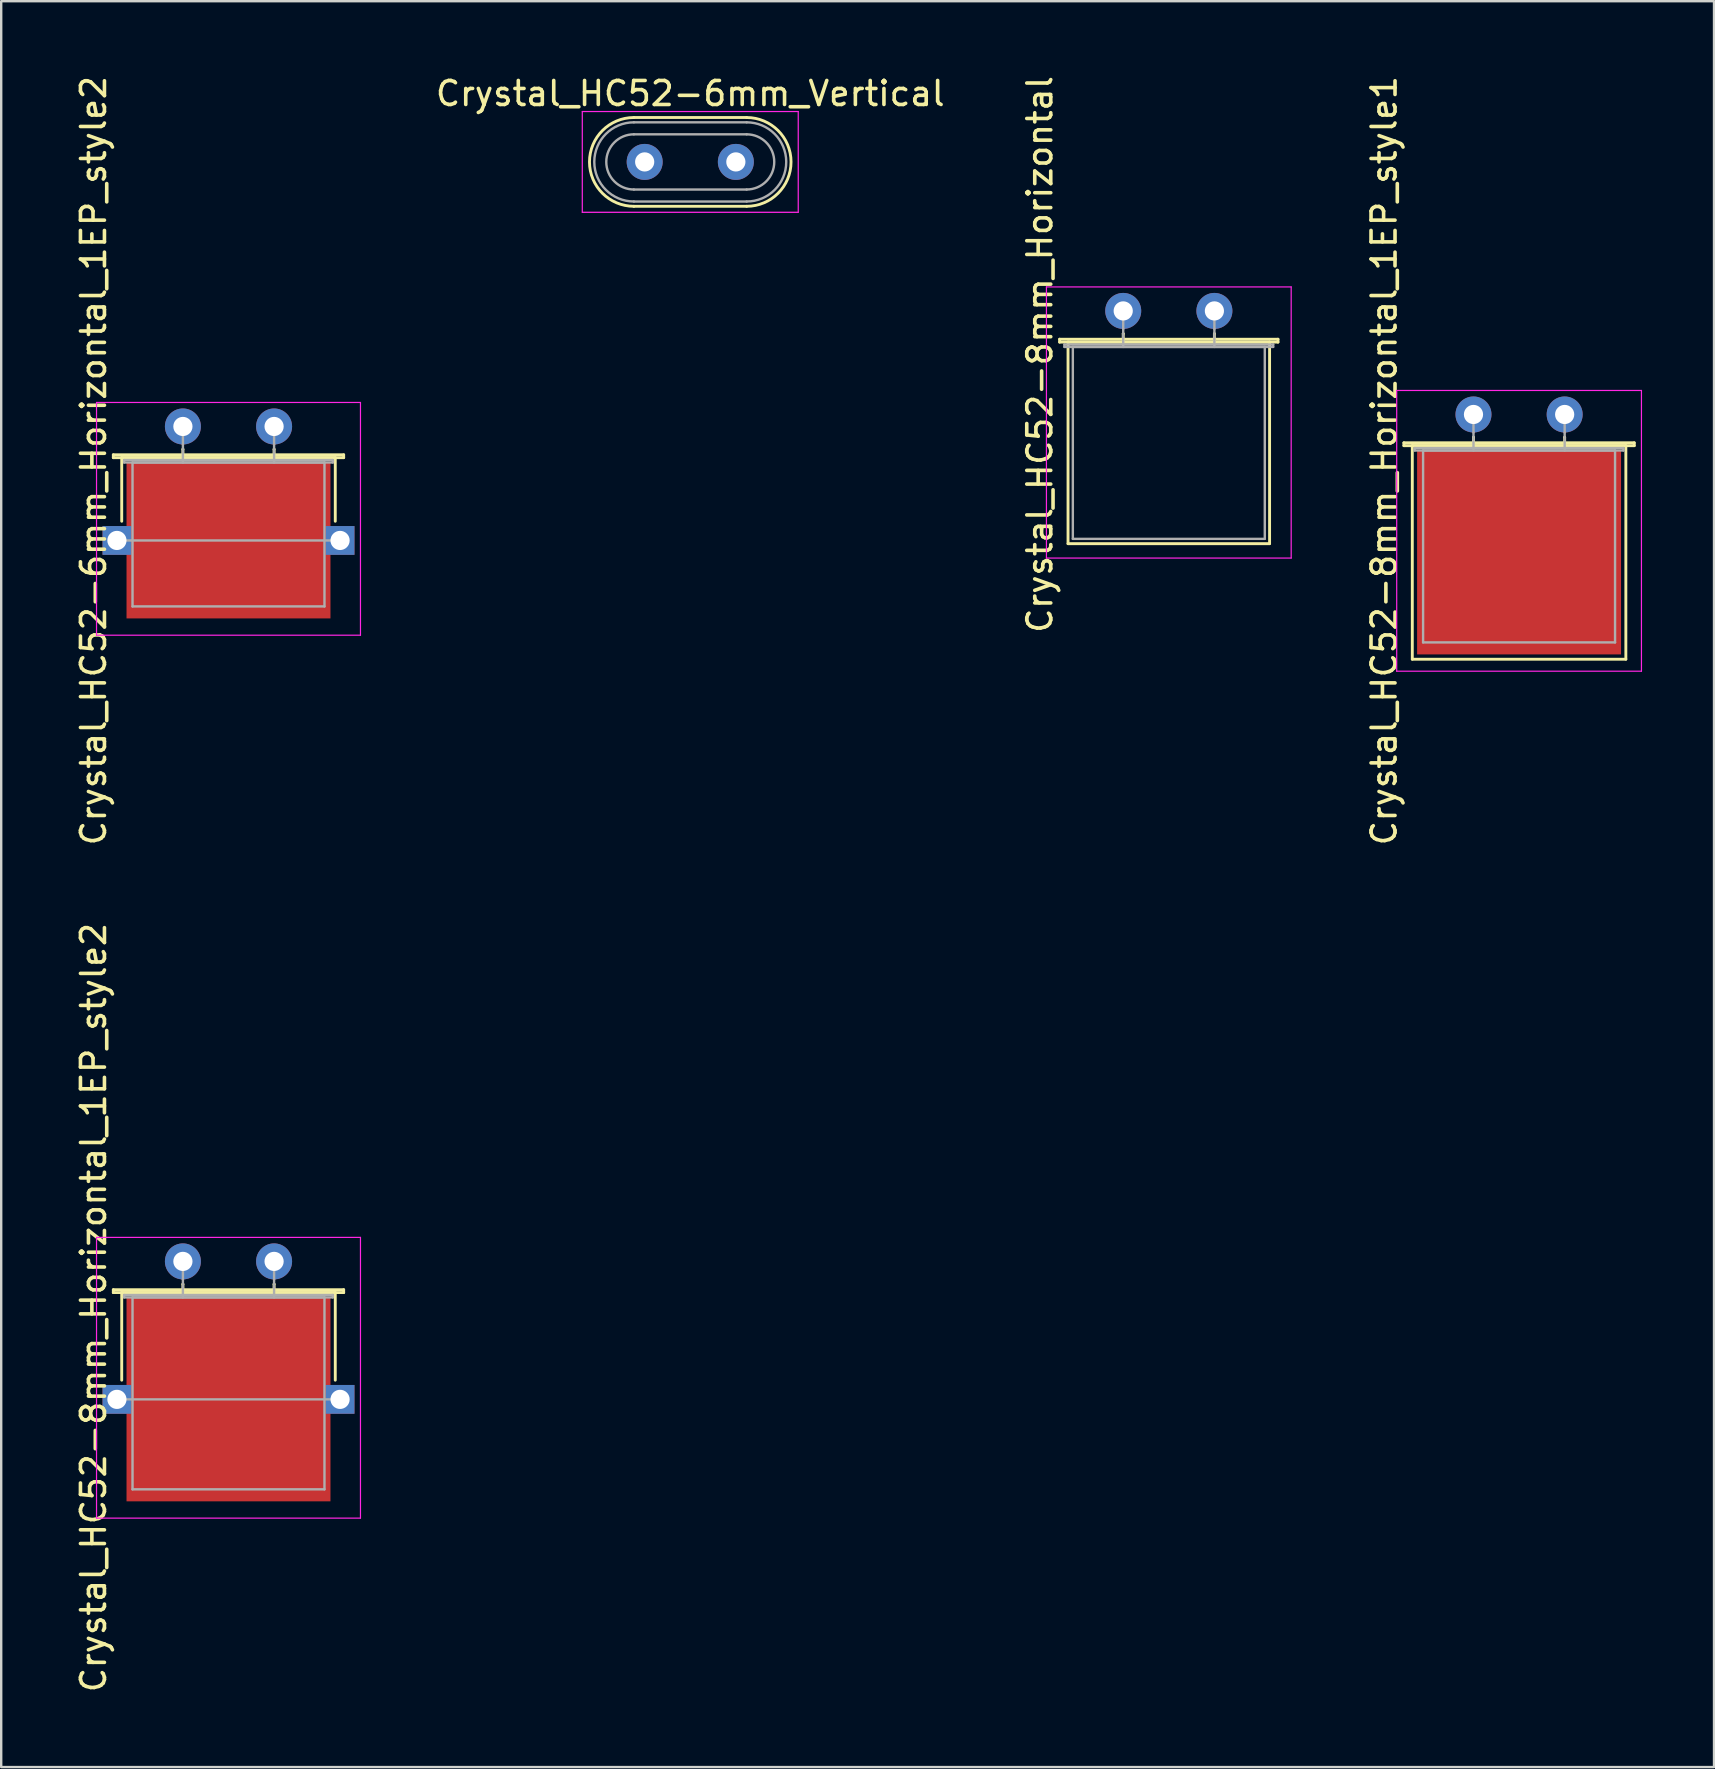
<source format=kicad_pcb>
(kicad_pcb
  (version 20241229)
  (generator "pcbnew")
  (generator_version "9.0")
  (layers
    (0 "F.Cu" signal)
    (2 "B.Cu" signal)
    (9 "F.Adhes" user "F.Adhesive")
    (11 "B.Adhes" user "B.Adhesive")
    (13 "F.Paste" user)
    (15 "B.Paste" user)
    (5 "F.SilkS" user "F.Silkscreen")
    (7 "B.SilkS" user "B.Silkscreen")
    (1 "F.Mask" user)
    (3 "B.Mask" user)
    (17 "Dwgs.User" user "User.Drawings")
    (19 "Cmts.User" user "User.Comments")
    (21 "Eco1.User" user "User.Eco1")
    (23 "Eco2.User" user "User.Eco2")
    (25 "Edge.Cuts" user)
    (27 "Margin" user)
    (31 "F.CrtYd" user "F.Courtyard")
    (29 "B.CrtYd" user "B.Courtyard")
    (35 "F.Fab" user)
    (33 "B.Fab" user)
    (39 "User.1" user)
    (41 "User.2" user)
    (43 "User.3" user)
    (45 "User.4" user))
  (footprint "Crystal_HC52-6mm_Vertical"
    (layer "F.Cu")
    (at 23.818 3.698)
    (property "Reference" "Crystal_HC52-6mm_Vertical" (at 1.9 -2.85 0) (layer "F.SilkS") (effects (font (size 1 1) (thickness 0.15))))
    (attr through_hole)
    (fp_line (start -0.45 -1.85) (end 4.25 -1.85) (stroke (width 0.12) (type solid)) (layer "F.SilkS"))
    (fp_line (start -0.45 1.85) (end 4.25 1.85) (stroke (width 0.12) (type solid)) (layer "F.SilkS"))
    (fp_arc (start -0.45 1.85) (mid -2.3 0) (end -0.45 -1.85) (stroke (width 0.12) (type solid)) (layer "F.SilkS"))
    (fp_arc (start 4.25 -1.85) (mid 6.1 0) (end 4.25 1.85) (stroke (width 0.12) (type solid)) (layer "F.SilkS"))
    (fp_line (start -2.6 -2.1) (end -2.6 2.1) (stroke (width 0.05) (type solid)) (layer "F.CrtYd"))
    (fp_line (start -2.6 2.1) (end 6.4 2.1) (stroke (width 0.05) (type solid)) (layer "F.CrtYd"))
    (fp_line (start 6.4 -2.1) (end -2.6 -2.1) (stroke (width 0.05) (type solid)) (layer "F.CrtYd"))
    (fp_line (start 6.4 2.1) (end 6.4 -2.1) (stroke (width 0.05) (type solid)) (layer "F.CrtYd"))
    (fp_line (start -0.45 -1.65) (end 4.25 -1.65) (stroke (width 0.1) (type solid)) (layer "F.Fab"))
    (fp_line (start -0.45 -1.15) (end 4.25 -1.15) (stroke (width 0.1) (type solid)) (layer "F.Fab"))
    (fp_line (start -0.45 1.15) (end 4.25 1.15) (stroke (width 0.1) (type solid)) (layer "F.Fab"))
    (fp_line (start -0.45 1.65) (end 4.25 1.65) (stroke (width 0.1) (type solid)) (layer "F.Fab"))
    (fp_arc (start -0.45 1.15) (mid -1.6 0) (end -0.45 -1.15) (stroke (width 0.1) (type solid)) (layer "F.Fab"))
    (fp_arc (start -0.45 1.65) (mid -2.1 0) (end -0.45 -1.65) (stroke (width 0.1) (type solid)) (layer "F.Fab"))
    (fp_arc (start 4.25 -1.65) (mid 5.9 0) (end 4.25 1.65) (stroke (width 0.1) (type solid)) (layer "F.Fab"))
    (fp_arc (start 4.25 -1.15) (mid 5.4 0) (end 4.25 1.15) (stroke (width 0.1) (type solid)) (layer "F.Fab"))
    (pad "1" thru_hole circle (at 0 0) (size 1.5 1.5) (drill 0.8) (layers "*.Cu" "*.Mask"))
    (pad "2" thru_hole circle (at 3.8 0) (size 1.5 1.5) (drill 0.8) (layers "*.Cu" "*.Mask")))
  (footprint "Crystal_HC52-6mm_Horizontal_1EP_style2"
    (layer "F.Cu")
    (at 4.573 14.724)
    (property "Reference" "Crystal_HC52-6mm_Horizontal_1EP_style2" (at -3.725 1.425 90) (layer "F.SilkS") (effects (font (size 1 1) (thickness 0.15))))
    (attr through_hole)
    (fp_line (start -2.9 1.18) (end 6.7 1.18) (stroke (width 0.12) (type solid)) (layer "F.SilkS"))
    (fp_line (start -2.9 1.3) (end -2.9 1.18) (stroke (width 0.12) (type solid)) (layer "F.SilkS"))
    (fp_line (start -2.55 1.3) (end 6.35 1.3) (stroke (width 0.12) (type solid)) (layer "F.SilkS"))
    (fp_line (start -2.55 3.95) (end -2.55 1.3) (stroke (width 0.12) (type solid)) (layer "F.SilkS"))
    (fp_line (start 0 0.95) (end 0 0.95) (stroke (width 0.12) (type solid)) (layer "F.SilkS"))
    (fp_line (start 0 1.3) (end 0 0.95) (stroke (width 0.12) (type solid)) (layer "F.SilkS"))
    (fp_line (start 3.8 0.95) (end 3.8 0.95) (stroke (width 0.12) (type solid)) (layer "F.SilkS"))
    (fp_line (start 3.8 1.3) (end 3.8 0.95) (stroke (width 0.12) (type solid)) (layer "F.SilkS"))
    (fp_line (start 6.35 1.3) (end 6.35 3.95) (stroke (width 0.12) (type solid)) (layer "F.SilkS"))
    (fp_line (start 6.7 1.18) (end 6.7 1.3) (stroke (width 0.12) (type solid)) (layer "F.SilkS"))
    (fp_line (start 6.7 1.3) (end -2.9 1.3) (stroke (width 0.12) (type solid)) (layer "F.SilkS"))
    (fp_line (start -3.6 -1) (end -3.6 8.7) (stroke (width 0.05) (type solid)) (layer "F.CrtYd"))
    (fp_line (start -3.6 8.7) (end 7.4 8.7) (stroke (width 0.05) (type solid)) (layer "F.CrtYd"))
    (fp_line (start 7.4 -1) (end -3.6 -1) (stroke (width 0.05) (type solid)) (layer "F.CrtYd"))
    (fp_line (start 7.4 8.7) (end 7.4 -1) (stroke (width 0.05) (type solid)) (layer "F.CrtYd"))
    (fp_line (start -2.75 4.75) (end 6.55 4.75) (stroke (width 0.1) (type solid)) (layer "F.Fab"))
    (fp_line (start -2.45 1.4) (end 6.25 1.4) (stroke (width 0.1) (type solid)) (layer "F.Fab"))
    (fp_line (start -2.45 1.5) (end -2.45 1.4) (stroke (width 0.1) (type solid)) (layer "F.Fab"))
    (fp_line (start -2.1 1.5) (end -2.1 7.5) (stroke (width 0.1) (type solid)) (layer "F.Fab"))
    (fp_line (start -2.1 7.5) (end 5.9 7.5) (stroke (width 0.1) (type solid)) (layer "F.Fab"))
    (fp_line (start 0 0.75) (end 0 0) (stroke (width 0.1) (type solid)) (layer "F.Fab"))
    (fp_line (start 0 1.5) (end 0 0.75) (stroke (width 0.1) (type solid)) (layer "F.Fab"))
    (fp_line (start 3.8 0.75) (end 3.8 0) (stroke (width 0.1) (type solid)) (layer "F.Fab"))
    (fp_line (start 3.8 1.5) (end 3.8 0.75) (stroke (width 0.1) (type solid)) (layer "F.Fab"))
    (fp_line (start 5.9 1.5) (end -2.1 1.5) (stroke (width 0.1) (type solid)) (layer "F.Fab"))
    (fp_line (start 5.9 7.5) (end 5.9 1.5) (stroke (width 0.1) (type solid)) (layer "F.Fab"))
    (fp_line (start 6.25 1.4) (end 6.25 1.5) (stroke (width 0.1) (type solid)) (layer "F.Fab"))
    (fp_line (start 6.25 1.5) (end -2.45 1.5) (stroke (width 0.1) (type solid)) (layer "F.Fab"))
    (pad "1" thru_hole circle (at 0 0) (size 1.5 1.5) (drill 0.8) (layers "*.Cu" "*.Mask"))
    (pad "2" thru_hole circle (at 3.8 0) (size 1.5 1.5) (drill 0.8) (layers "*.Cu" "*.Mask"))
    (pad "3" thru_hole rect (at -2.75 4.75) (size 1.2 1.2) (drill 0.8) (layers "*.Cu" "*.Mask"))
    (pad "3" smd rect (at 1.9 4.75) (size 8.5 6.5) (layers "F.Cu" "F.Mask"))
    (pad "3" thru_hole rect (at 6.55 4.75) (size 1.2 1.2) (drill 0.8) (layers "*.Cu" "*.Mask")))
  (footprint "Crystal_HC52-8mm_Horizontal_1EP_style1"
    (layer "F.Cu")
    (at 58.36 14.224)
    (property "Reference" "Crystal_HC52-8mm_Horizontal_1EP_style1" (at -3.725 1.925 90) (layer "F.SilkS") (effects (font (size 1 1) (thickness 0.15))))
    (attr through_hole)
    (fp_line (start -2.9 1.18) (end 6.7 1.18) (stroke (width 0.12) (type solid)) (layer "F.SilkS"))
    (fp_line (start -2.9 1.3) (end -2.9 1.18) (stroke (width 0.12) (type solid)) (layer "F.SilkS"))
    (fp_line (start -2.55 1.3) (end -2.55 10.2) (stroke (width 0.12) (type solid)) (layer "F.SilkS"))
    (fp_line (start -2.55 10.2) (end 6.35 10.2) (stroke (width 0.12) (type solid)) (layer "F.SilkS"))
    (fp_line (start 0 0.95) (end 0 0.95) (stroke (width 0.12) (type solid)) (layer "F.SilkS"))
    (fp_line (start 0 1.3) (end 0 0.95) (stroke (width 0.12) (type solid)) (layer "F.SilkS"))
    (fp_line (start 3.8 0.95) (end 3.8 0.95) (stroke (width 0.12) (type solid)) (layer "F.SilkS"))
    (fp_line (start 3.8 1.3) (end 3.8 0.95) (stroke (width 0.12) (type solid)) (layer "F.SilkS"))
    (fp_line (start 6.35 1.3) (end -2.55 1.3) (stroke (width 0.12) (type solid)) (layer "F.SilkS"))
    (fp_line (start 6.35 10.2) (end 6.35 1.3) (stroke (width 0.12) (type solid)) (layer "F.SilkS"))
    (fp_line (start 6.7 1.18) (end 6.7 1.3) (stroke (width 0.12) (type solid)) (layer "F.SilkS"))
    (fp_line (start 6.7 1.3) (end -2.9 1.3) (stroke (width 0.12) (type solid)) (layer "F.SilkS"))
    (fp_line (start -3.2 -1) (end -3.2 10.7) (stroke (width 0.05) (type solid)) (layer "F.CrtYd"))
    (fp_line (start -3.2 10.7) (end 7 10.7) (stroke (width 0.05) (type solid)) (layer "F.CrtYd"))
    (fp_line (start 7 -1) (end -3.2 -1) (stroke (width 0.05) (type solid)) (layer "F.CrtYd"))
    (fp_line (start 7 10.7) (end 7 -1) (stroke (width 0.05) (type solid)) (layer "F.CrtYd"))
    (fp_line (start -2.45 1.4) (end 6.25 1.4) (stroke (width 0.1) (type solid)) (layer "F.Fab"))
    (fp_line (start -2.45 1.5) (end -2.45 1.4) (stroke (width 0.1) (type solid)) (layer "F.Fab"))
    (fp_line (start -2.1 1.5) (end -2.1 9.5) (stroke (width 0.1) (type solid)) (layer "F.Fab"))
    (fp_line (start -2.1 9.5) (end 5.9 9.5) (stroke (width 0.1) (type solid)) (layer "F.Fab"))
    (fp_line (start 0 0.75) (end 0 0) (stroke (width 0.1) (type solid)) (layer "F.Fab"))
    (fp_line (start 0 1.5) (end 0 0.75) (stroke (width 0.1) (type solid)) (layer "F.Fab"))
    (fp_line (start 3.8 0.75) (end 3.8 0) (stroke (width 0.1) (type solid)) (layer "F.Fab"))
    (fp_line (start 3.8 1.5) (end 3.8 0.75) (stroke (width 0.1) (type solid)) (layer "F.Fab"))
    (fp_line (start 5.9 1.5) (end -2.1 1.5) (stroke (width 0.1) (type solid)) (layer "F.Fab"))
    (fp_line (start 5.9 9.5) (end 5.9 1.5) (stroke (width 0.1) (type solid)) (layer "F.Fab"))
    (fp_line (start 6.25 1.4) (end 6.25 1.5) (stroke (width 0.1) (type solid)) (layer "F.Fab"))
    (fp_line (start 6.25 1.5) (end -2.45 1.5) (stroke (width 0.1) (type solid)) (layer "F.Fab"))
    (pad "1" thru_hole circle (at 0 0) (size 1.5 1.5) (drill 0.8) (layers "*.Cu" "*.Mask"))
    (pad "2" thru_hole circle (at 3.8 0) (size 1.5 1.5) (drill 0.8) (layers "*.Cu" "*.Mask"))
    (pad "3" smd rect (at 1.9 5.75) (size 8.5 8.5) (layers "F.Cu" "F.Mask")))
  (footprint "Crystal_HC52-8mm_Horizontal_1EP_style2"
    (layer "F.Cu")
    (at 4.573 49.521)
    (property "Reference" "Crystal_HC52-8mm_Horizontal_1EP_style2" (at -3.725 1.925 90) (layer "F.SilkS") (effects (font (size 1 1) (thickness 0.15))))
    (attr through_hole)
    (fp_line (start -2.9 1.18) (end 6.7 1.18) (stroke (width 0.12) (type solid)) (layer "F.SilkS"))
    (fp_line (start -2.9 1.3) (end -2.9 1.18) (stroke (width 0.12) (type solid)) (layer "F.SilkS"))
    (fp_line (start -2.55 1.3) (end 6.35 1.3) (stroke (width 0.12) (type solid)) (layer "F.SilkS"))
    (fp_line (start -2.55 4.95) (end -2.55 1.3) (stroke (width 0.12) (type solid)) (layer "F.SilkS"))
    (fp_line (start 0 0.95) (end 0 0.95) (stroke (width 0.12) (type solid)) (layer "F.SilkS"))
    (fp_line (start 0 1.3) (end 0 0.95) (stroke (width 0.12) (type solid)) (layer "F.SilkS"))
    (fp_line (start 3.8 0.95) (end 3.8 0.95) (stroke (width 0.12) (type solid)) (layer "F.SilkS"))
    (fp_line (start 3.8 1.3) (end 3.8 0.95) (stroke (width 0.12) (type solid)) (layer "F.SilkS"))
    (fp_line (start 6.35 1.3) (end 6.35 4.95) (stroke (width 0.12) (type solid)) (layer "F.SilkS"))
    (fp_line (start 6.7 1.18) (end 6.7 1.3) (stroke (width 0.12) (type solid)) (layer "F.SilkS"))
    (fp_line (start 6.7 1.3) (end -2.9 1.3) (stroke (width 0.12) (type solid)) (layer "F.SilkS"))
    (fp_line (start -3.6 -1) (end -3.6 10.7) (stroke (width 0.05) (type solid)) (layer "F.CrtYd"))
    (fp_line (start -3.6 10.7) (end 7.4 10.7) (stroke (width 0.05) (type solid)) (layer "F.CrtYd"))
    (fp_line (start 7.4 -1) (end -3.6 -1) (stroke (width 0.05) (type solid)) (layer "F.CrtYd"))
    (fp_line (start 7.4 10.7) (end 7.4 -1) (stroke (width 0.05) (type solid)) (layer "F.CrtYd"))
    (fp_line (start -2.75 5.75) (end 6.55 5.75) (stroke (width 0.1) (type solid)) (layer "F.Fab"))
    (fp_line (start -2.45 1.4) (end 6.25 1.4) (stroke (width 0.1) (type solid)) (layer "F.Fab"))
    (fp_line (start -2.45 1.5) (end -2.45 1.4) (stroke (width 0.1) (type solid)) (layer "F.Fab"))
    (fp_line (start -2.1 1.5) (end -2.1 9.5) (stroke (width 0.1) (type solid)) (layer "F.Fab"))
    (fp_line (start -2.1 9.5) (end 5.9 9.5) (stroke (width 0.1) (type solid)) (layer "F.Fab"))
    (fp_line (start 0 0.75) (end 0 0) (stroke (width 0.1) (type solid)) (layer "F.Fab"))
    (fp_line (start 0 1.5) (end 0 0.75) (stroke (width 0.1) (type solid)) (layer "F.Fab"))
    (fp_line (start 3.8 0.75) (end 3.8 0) (stroke (width 0.1) (type solid)) (layer "F.Fab"))
    (fp_line (start 3.8 1.5) (end 3.8 0.75) (stroke (width 0.1) (type solid)) (layer "F.Fab"))
    (fp_line (start 5.9 1.5) (end -2.1 1.5) (stroke (width 0.1) (type solid)) (layer "F.Fab"))
    (fp_line (start 5.9 9.5) (end 5.9 1.5) (stroke (width 0.1) (type solid)) (layer "F.Fab"))
    (fp_line (start 6.25 1.4) (end 6.25 1.5) (stroke (width 0.1) (type solid)) (layer "F.Fab"))
    (fp_line (start 6.25 1.5) (end -2.45 1.5) (stroke (width 0.1) (type solid)) (layer "F.Fab"))
    (pad "1" thru_hole circle (at 0 0) (size 1.5 1.5) (drill 0.8) (layers "*.Cu" "*.Mask"))
    (pad "2" thru_hole circle (at 3.8 0) (size 1.5 1.5) (drill 0.8) (layers "*.Cu" "*.Mask"))
    (pad "3" thru_hole rect (at -2.75 5.75) (size 1.2 1.2) (drill 0.8) (layers "*.Cu" "*.Mask"))
    (pad "3" smd rect (at 1.9 5.75) (size 8.5 8.5) (layers "F.Cu" "F.Mask"))
    (pad "3" thru_hole rect (at 6.55 5.75) (size 1.2 1.2) (drill 0.8) (layers "*.Cu" "*.Mask")))
  (footprint "Crystal_HC52-8mm_Horizontal"
    (layer "F.Cu")
    (at 43.762 9.908)
    (property "Reference" "Crystal_HC52-8mm_Horizontal" (at -3.475 1.812 90) (layer "F.SilkS") (effects (font (size 1 1) (thickness 0.15))))
    (attr through_hole)
    (fp_line (start -2.65 1.18) (end 6.45 1.18) (stroke (width 0.12) (type solid)) (layer "F.SilkS"))
    (fp_line (start -2.65 1.3) (end -2.65 1.18) (stroke (width 0.12) (type solid)) (layer "F.SilkS"))
    (fp_line (start -2.3 1.3) (end -2.3 9.7) (stroke (width 0.12) (type solid)) (layer "F.SilkS"))
    (fp_line (start -2.3 9.7) (end 6.1 9.7) (stroke (width 0.12) (type solid)) (layer "F.SilkS"))
    (fp_line (start 0 0.95) (end 0 0.95) (stroke (width 0.12) (type solid)) (layer "F.SilkS"))
    (fp_line (start 0 1.3) (end 0 0.95) (stroke (width 0.12) (type solid)) (layer "F.SilkS"))
    (fp_line (start 3.8 0.95) (end 3.8 0.95) (stroke (width 0.12) (type solid)) (layer "F.SilkS"))
    (fp_line (start 3.8 1.3) (end 3.8 0.95) (stroke (width 0.12) (type solid)) (layer "F.SilkS"))
    (fp_line (start 6.1 1.3) (end -2.3 1.3) (stroke (width 0.12) (type solid)) (layer "F.SilkS"))
    (fp_line (start 6.1 9.7) (end 6.1 1.3) (stroke (width 0.12) (type solid)) (layer "F.SilkS"))
    (fp_line (start 6.45 1.18) (end 6.45 1.3) (stroke (width 0.12) (type solid)) (layer "F.SilkS"))
    (fp_line (start 6.45 1.3) (end -2.65 1.3) (stroke (width 0.12) (type solid)) (layer "F.SilkS"))
    (fp_line (start -3.2 -1) (end -3.2 10.3) (stroke (width 0.05) (type solid)) (layer "F.CrtYd"))
    (fp_line (start -3.2 10.3) (end 7 10.3) (stroke (width 0.05) (type solid)) (layer "F.CrtYd"))
    (fp_line (start 7 -1) (end -3.2 -1) (stroke (width 0.05) (type solid)) (layer "F.CrtYd"))
    (fp_line (start 7 10.3) (end 7 -1) (stroke (width 0.05) (type solid)) (layer "F.CrtYd"))
    (fp_line (start -2.45 1.4) (end 6.25 1.4) (stroke (width 0.1) (type solid)) (layer "F.Fab"))
    (fp_line (start -2.45 1.5) (end -2.45 1.4) (stroke (width 0.1) (type solid)) (layer "F.Fab"))
    (fp_line (start -2.1 1.5) (end -2.1 9.5) (stroke (width 0.1) (type solid)) (layer "F.Fab"))
    (fp_line (start -2.1 9.5) (end 5.9 9.5) (stroke (width 0.1) (type solid)) (layer "F.Fab"))
    (fp_line (start 0 0.75) (end 0 0) (stroke (width 0.1) (type solid)) (layer "F.Fab"))
    (fp_line (start 0 1.5) (end 0 0.75) (stroke (width 0.1) (type solid)) (layer "F.Fab"))
    (fp_line (start 3.8 0.75) (end 3.8 0) (stroke (width 0.1) (type solid)) (layer "F.Fab"))
    (fp_line (start 3.8 1.5) (end 3.8 0.75) (stroke (width 0.1) (type solid)) (layer "F.Fab"))
    (fp_line (start 5.9 1.5) (end -2.1 1.5) (stroke (width 0.1) (type solid)) (layer "F.Fab"))
    (fp_line (start 5.9 9.5) (end 5.9 1.5) (stroke (width 0.1) (type solid)) (layer "F.Fab"))
    (fp_line (start 6.25 1.4) (end 6.25 1.5) (stroke (width 0.1) (type solid)) (layer "F.Fab"))
    (fp_line (start 6.25 1.5) (end -2.45 1.5) (stroke (width 0.1) (type solid)) (layer "F.Fab"))
    (pad "1" thru_hole circle (at 0 0) (size 1.5 1.5) (drill 0.8) (layers "*.Cu" "*.Mask"))
    (pad "2" thru_hole circle (at 3.8 0) (size 1.5 1.5) (drill 0.8) (layers "*.Cu" "*.Mask")))
  (gr_rect
    (start -3 -3)
    (end 68.385 70.595)
    (stroke (width 0.1) (type default))
    (fill no)
    (layer "Edge.Cuts")))
</source>
